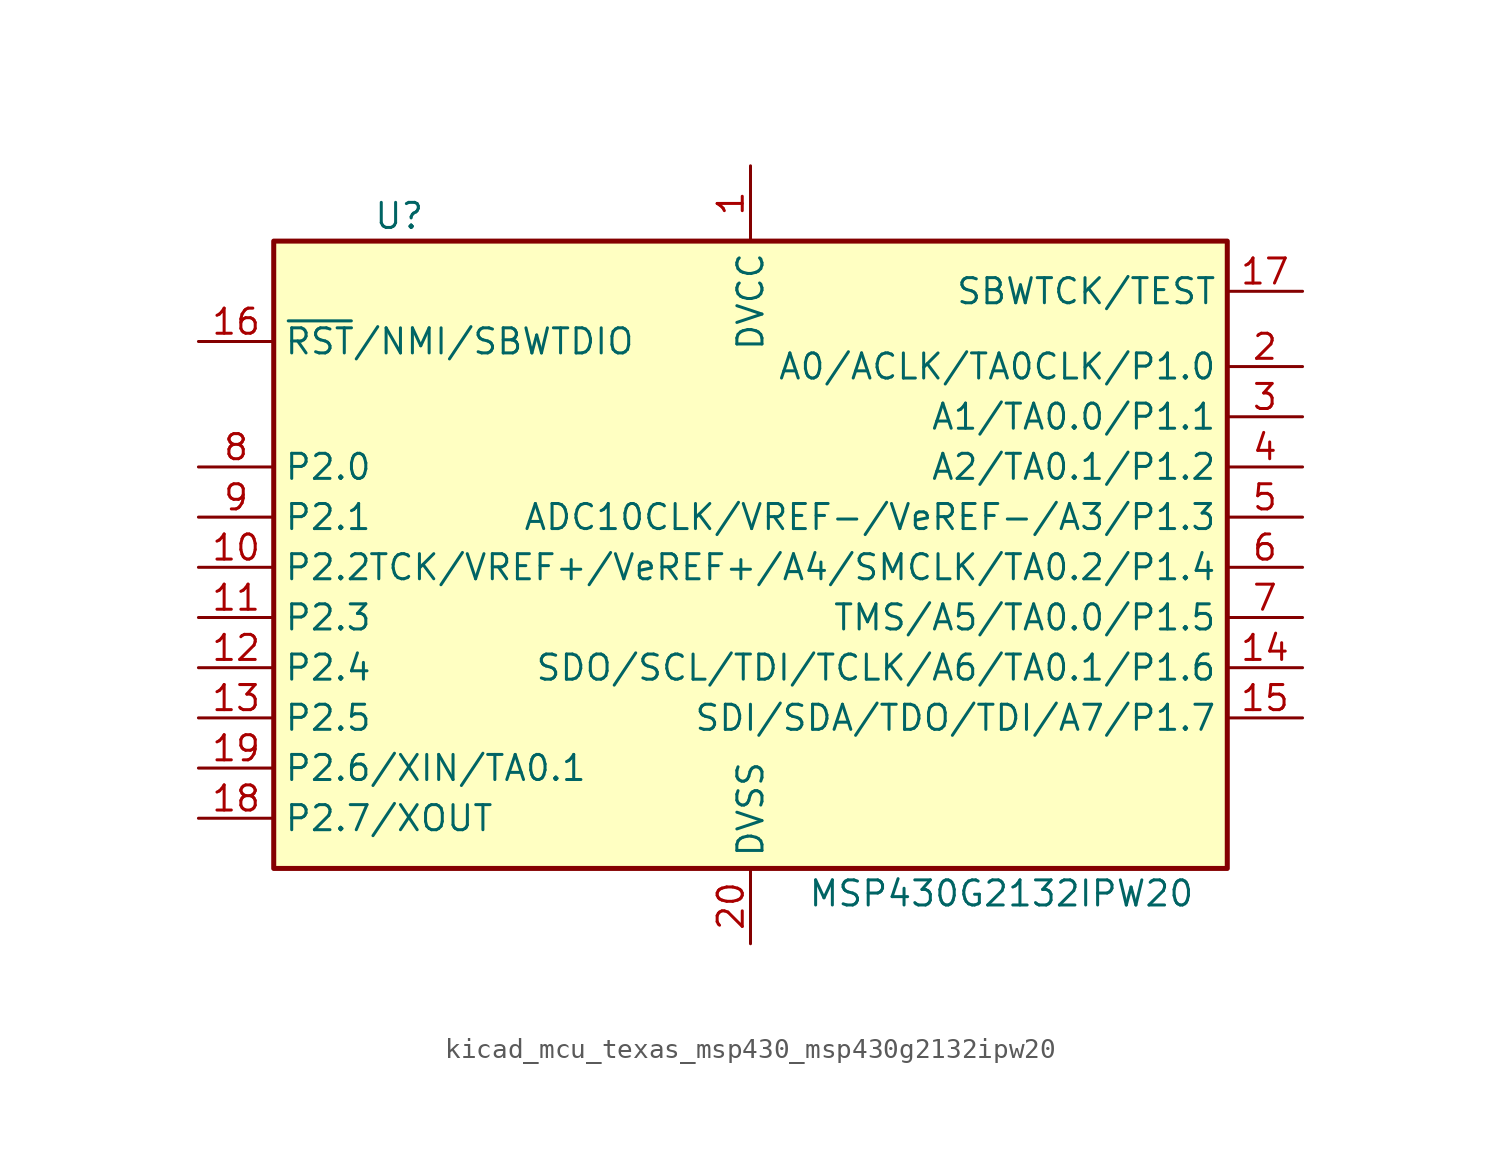
<source format=kicad_sym>
(kicad_symbol_lib
  (version 20220914)
  (generator kicad_symbol_editor)
  (symbol "kicad_mcu_texas_msp430_msp430g2132ipw20"
    (property "Reference" "U"
      (at -17.78 17.78 0)
      (effects (font (size 1.27 1.27))))
    (property "Value" "MSP430G2132IPW20"
      (at 12.7 -16.51 0)
      (effects (font (size 1.27 1.27))))
    (symbol "kicad_mcu_texas_msp430_msp430g2132ipw20_0_1"
      (rectangle (start -24.13 16.51) (end 24.13 -15.24) (stroke (width 0.254) (type default)) (fill (type background))))
    (symbol "kicad_mcu_texas_msp430_msp430g2132ipw20_1_1"
      (pin power_in line (at 0 20.32 270) (length 3.81) (name "DVCC" (effects (font (size 1.27 1.27)))) (number "1" (effects (font (size 1.27 1.27)))))
      (pin bidirectional line (at -27.94 0 0) (length 3.81) (name "P2.2" (effects (font (size 1.27 1.27)))) (number "10" (effects (font (size 1.27 1.27)))))
      (pin bidirectional line (at -27.94 -2.54 0) (length 3.81) (name "P2.3" (effects (font (size 1.27 1.27)))) (number "11" (effects (font (size 1.27 1.27)))))
      (pin bidirectional line (at -27.94 -5.08 0) (length 3.81) (name "P2.4" (effects (font (size 1.27 1.27)))) (number "12" (effects (font (size 1.27 1.27)))))
      (pin bidirectional line (at -27.94 -7.62 0) (length 3.81) (name "P2.5" (effects (font (size 1.27 1.27)))) (number "13" (effects (font (size 1.27 1.27)))))
      (pin bidirectional line (at 27.94 -5.08 180) (length 3.81) (name "SDO/SCL/TDI/TCLK/A6/TA0.1/P1.6" (effects (font (size 1.27 1.27)))) (number "14" (effects (font (size 1.27 1.27)))))
      (pin bidirectional line (at 27.94 -7.62 180) (length 3.81) (name "SDI/SDA/TDO/TDI/A7/P1.7" (effects (font (size 1.27 1.27)))) (number "15" (effects (font (size 1.27 1.27)))))
      (pin input line (at -27.94 11.43 0) (length 3.81) (name "~{RST}/NMI/SBWTDIO" (effects (font (size 1.27 1.27)))) (number "16" (effects (font (size 1.27 1.27)))))
      (pin input line (at 27.94 13.97 180) (length 3.81) (name "SBWTCK/TEST" (effects (font (size 1.27 1.27)))) (number "17" (effects (font (size 1.27 1.27)))))
      (pin bidirectional line (at -27.94 -12.7 0) (length 3.81) (name "P2.7/XOUT" (effects (font (size 1.27 1.27)))) (number "18" (effects (font (size 1.27 1.27)))))
      (pin bidirectional line (at -27.94 -10.16 0) (length 3.81) (name "P2.6/XIN/TA0.1" (effects (font (size 1.27 1.27)))) (number "19" (effects (font (size 1.27 1.27)))))
      (pin bidirectional line (at 27.94 10.16 180) (length 3.81) (name "A0/ACLK/TA0CLK/P1.0" (effects (font (size 1.27 1.27)))) (number "2" (effects (font (size 1.27 1.27)))))
      (pin power_in line (at 0 -19.05 90) (length 3.81) (name "DVSS" (effects (font (size 1.27 1.27)))) (number "20" (effects (font (size 1.27 1.27)))))
      (pin bidirectional line (at 27.94 7.62 180) (length 3.81) (name "A1/TA0.0/P1.1" (effects (font (size 1.27 1.27)))) (number "3" (effects (font (size 1.27 1.27)))))
      (pin bidirectional line (at 27.94 5.08 180) (length 3.81) (name "A2/TA0.1/P1.2" (effects (font (size 1.27 1.27)))) (number "4" (effects (font (size 1.27 1.27)))))
      (pin bidirectional line (at 27.94 2.54 180) (length 3.81) (name "ADC10CLK/VREF-/VeREF-/A3/P1.3" (effects (font (size 1.27 1.27)))) (number "5" (effects (font (size 1.27 1.27)))))
      (pin bidirectional line (at 27.94 0 180) (length 3.81) (name "TCK/VREF+/VeREF+/A4/SMCLK/TA0.2/P1.4" (effects (font (size 1.27 1.27)))) (number "6" (effects (font (size 1.27 1.27)))))
      (pin bidirectional line (at 27.94 -2.54 180) (length 3.81) (name "TMS/A5/TA0.0/P1.5" (effects (font (size 1.27 1.27)))) (number "7" (effects (font (size 1.27 1.27)))))
      (pin bidirectional line (at -27.94 5.08 0) (length 3.81) (name "P2.0" (effects (font (size 1.27 1.27)))) (number "8" (effects (font (size 1.27 1.27)))))
      (pin bidirectional line (at -27.94 2.54 0) (length 3.81) (name "P2.1" (effects (font (size 1.27 1.27)))) (number "9" (effects (font (size 1.27 1.27))))))))
</source>
